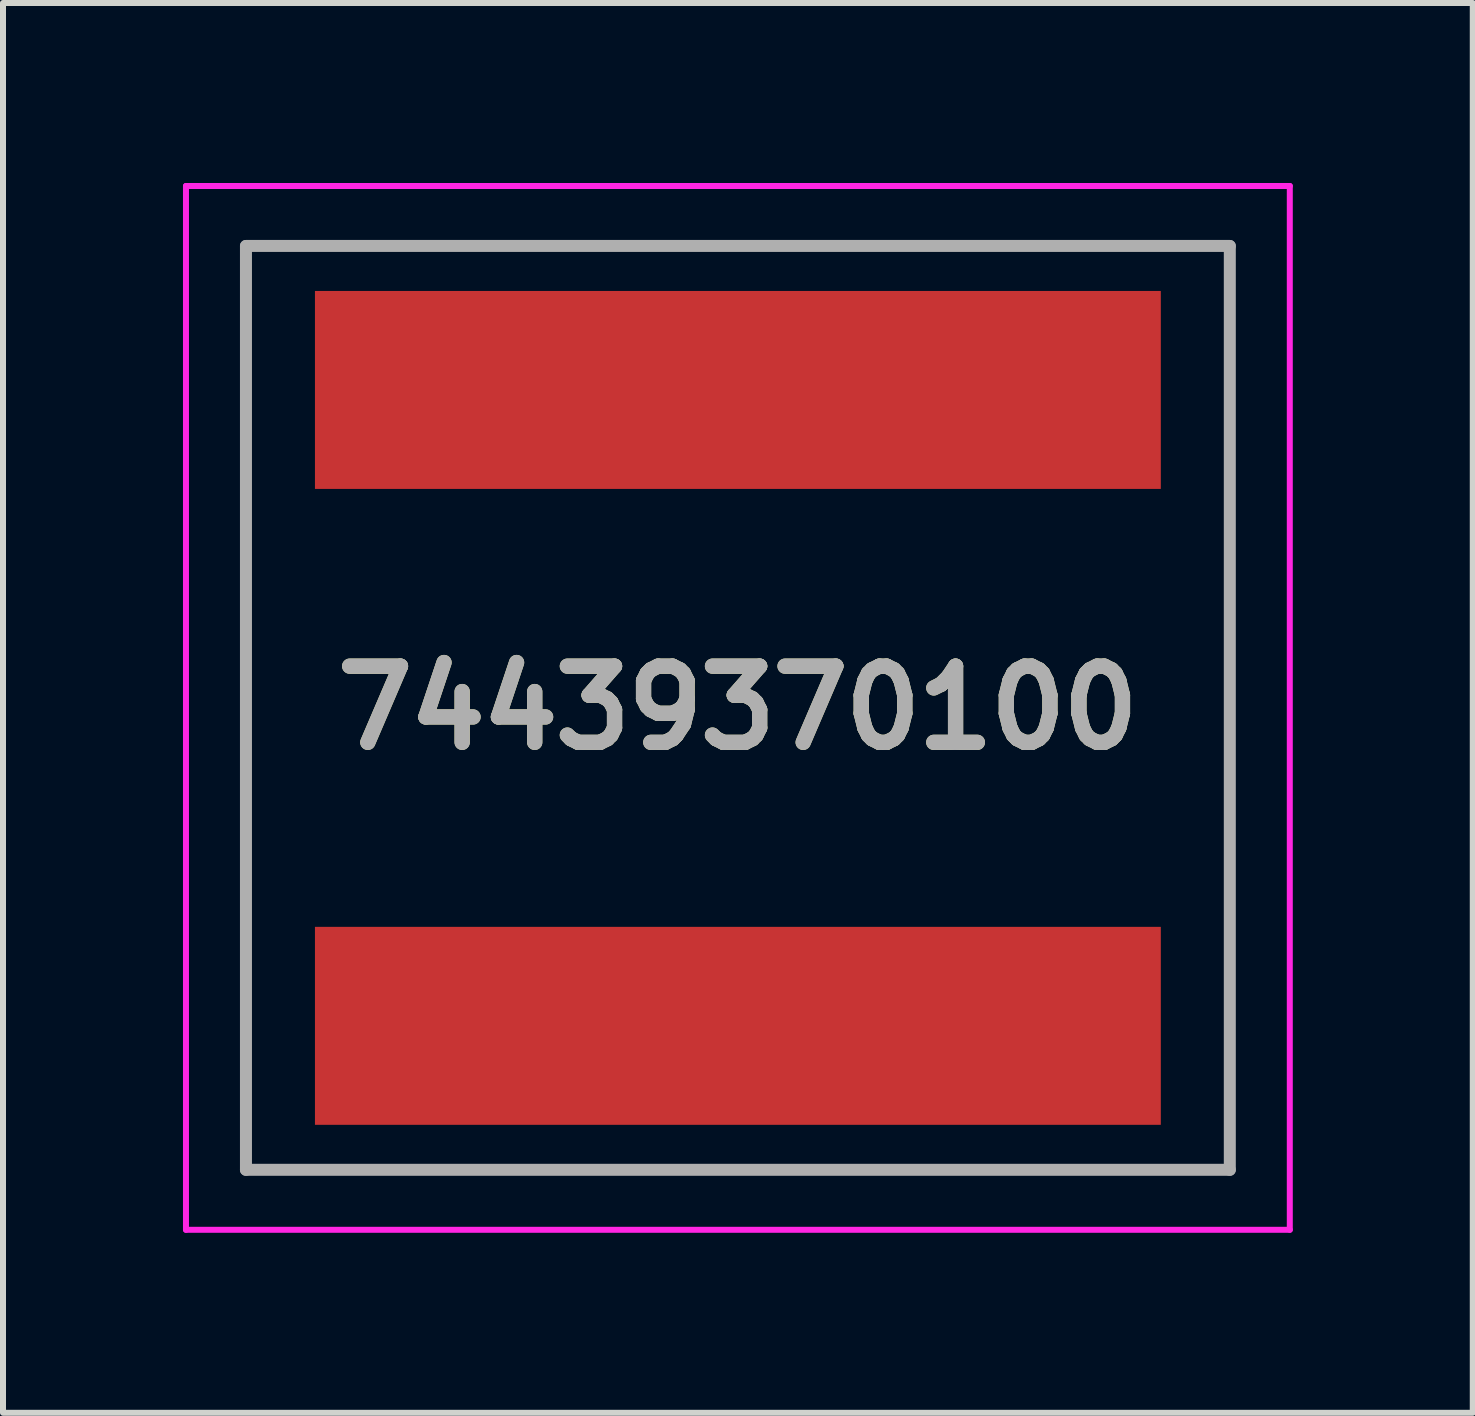
<source format=kicad_pcb>
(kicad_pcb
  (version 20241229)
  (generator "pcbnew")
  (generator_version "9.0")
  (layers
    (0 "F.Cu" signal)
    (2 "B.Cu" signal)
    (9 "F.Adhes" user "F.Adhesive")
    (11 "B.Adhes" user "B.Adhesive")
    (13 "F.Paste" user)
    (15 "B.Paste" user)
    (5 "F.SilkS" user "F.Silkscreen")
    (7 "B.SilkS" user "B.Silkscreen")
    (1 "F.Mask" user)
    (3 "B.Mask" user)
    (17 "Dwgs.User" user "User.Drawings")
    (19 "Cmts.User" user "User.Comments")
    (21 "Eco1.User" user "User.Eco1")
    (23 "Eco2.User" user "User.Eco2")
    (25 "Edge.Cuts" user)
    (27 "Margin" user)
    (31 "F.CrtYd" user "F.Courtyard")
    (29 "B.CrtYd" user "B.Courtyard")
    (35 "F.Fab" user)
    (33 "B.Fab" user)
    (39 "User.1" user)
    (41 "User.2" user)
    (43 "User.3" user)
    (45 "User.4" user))
  (footprint "74439370100"
    (layer "F.Cu")
    (at 9.25 8.75)
    (property "Reference" "74439370100" (at 0 0 0) (layer "F.SilkS") (effects (font (size 1.27 1.27) (thickness 0.254))))
    (attr smd)
    (fp_line (start -8.2 -7.7) (end 8.2 -7.7) (stroke (width 0.1) (type solid)) (layer "F.SilkS"))
    (fp_line (start -8.2 7.7) (end -8.2 -7.7) (stroke (width 0.1) (type solid)) (layer "F.SilkS"))
    (fp_line (start 8.2 -7.7) (end 8.2 7.7) (stroke (width 0.1) (type solid)) (layer "F.SilkS"))
    (fp_line (start 8.2 7.7) (end -8.2 7.7) (stroke (width 0.1) (type solid)) (layer "F.SilkS"))
    (fp_line (start -9.2 -8.7) (end 9.2 -8.7) (stroke (width 0.1) (type solid)) (layer "F.CrtYd"))
    (fp_line (start -9.2 8.7) (end -9.2 -8.7) (stroke (width 0.1) (type solid)) (layer "F.CrtYd"))
    (fp_line (start 9.2 -8.7) (end 9.2 8.7) (stroke (width 0.1) (type solid)) (layer "F.CrtYd"))
    (fp_line (start 9.2 8.7) (end -9.2 8.7) (stroke (width 0.1) (type solid)) (layer "F.CrtYd"))
    (fp_line (start -8.2 -7.7) (end 8.2 -7.7) (stroke (width 0.2) (type solid)) (layer "F.Fab"))
    (fp_line (start -8.2 7.7) (end -8.2 -7.7) (stroke (width 0.2) (type solid)) (layer "F.Fab"))
    (fp_line (start 8.2 -7.7) (end 8.2 7.7) (stroke (width 0.2) (type solid)) (layer "F.Fab"))
    (fp_line (start 8.2 7.7) (end -8.2 7.7) (stroke (width 0.2) (type solid)) (layer "F.Fab"))
    (fp_text user "${REFERENCE}" (at 0 0 0) (layer "F.Fab") (effects (font (size 1.27 1.27) (thickness 0.254))))
    (pad "1" smd rect (at 0 5.3 90) (size 3.3 14.1) (layers "F.Cu" "F.Mask" "F.Paste"))
    (pad "2" smd rect (at 0 -5.3 90) (size 3.3 14.1) (layers "F.Cu" "F.Mask" "F.Paste")))
  (gr_rect
    (start -3 -3)
    (end 21.5 20.5)
    (stroke (width 0.1) (type default))
    (fill no)
    (layer "Edge.Cuts")))
</source>
